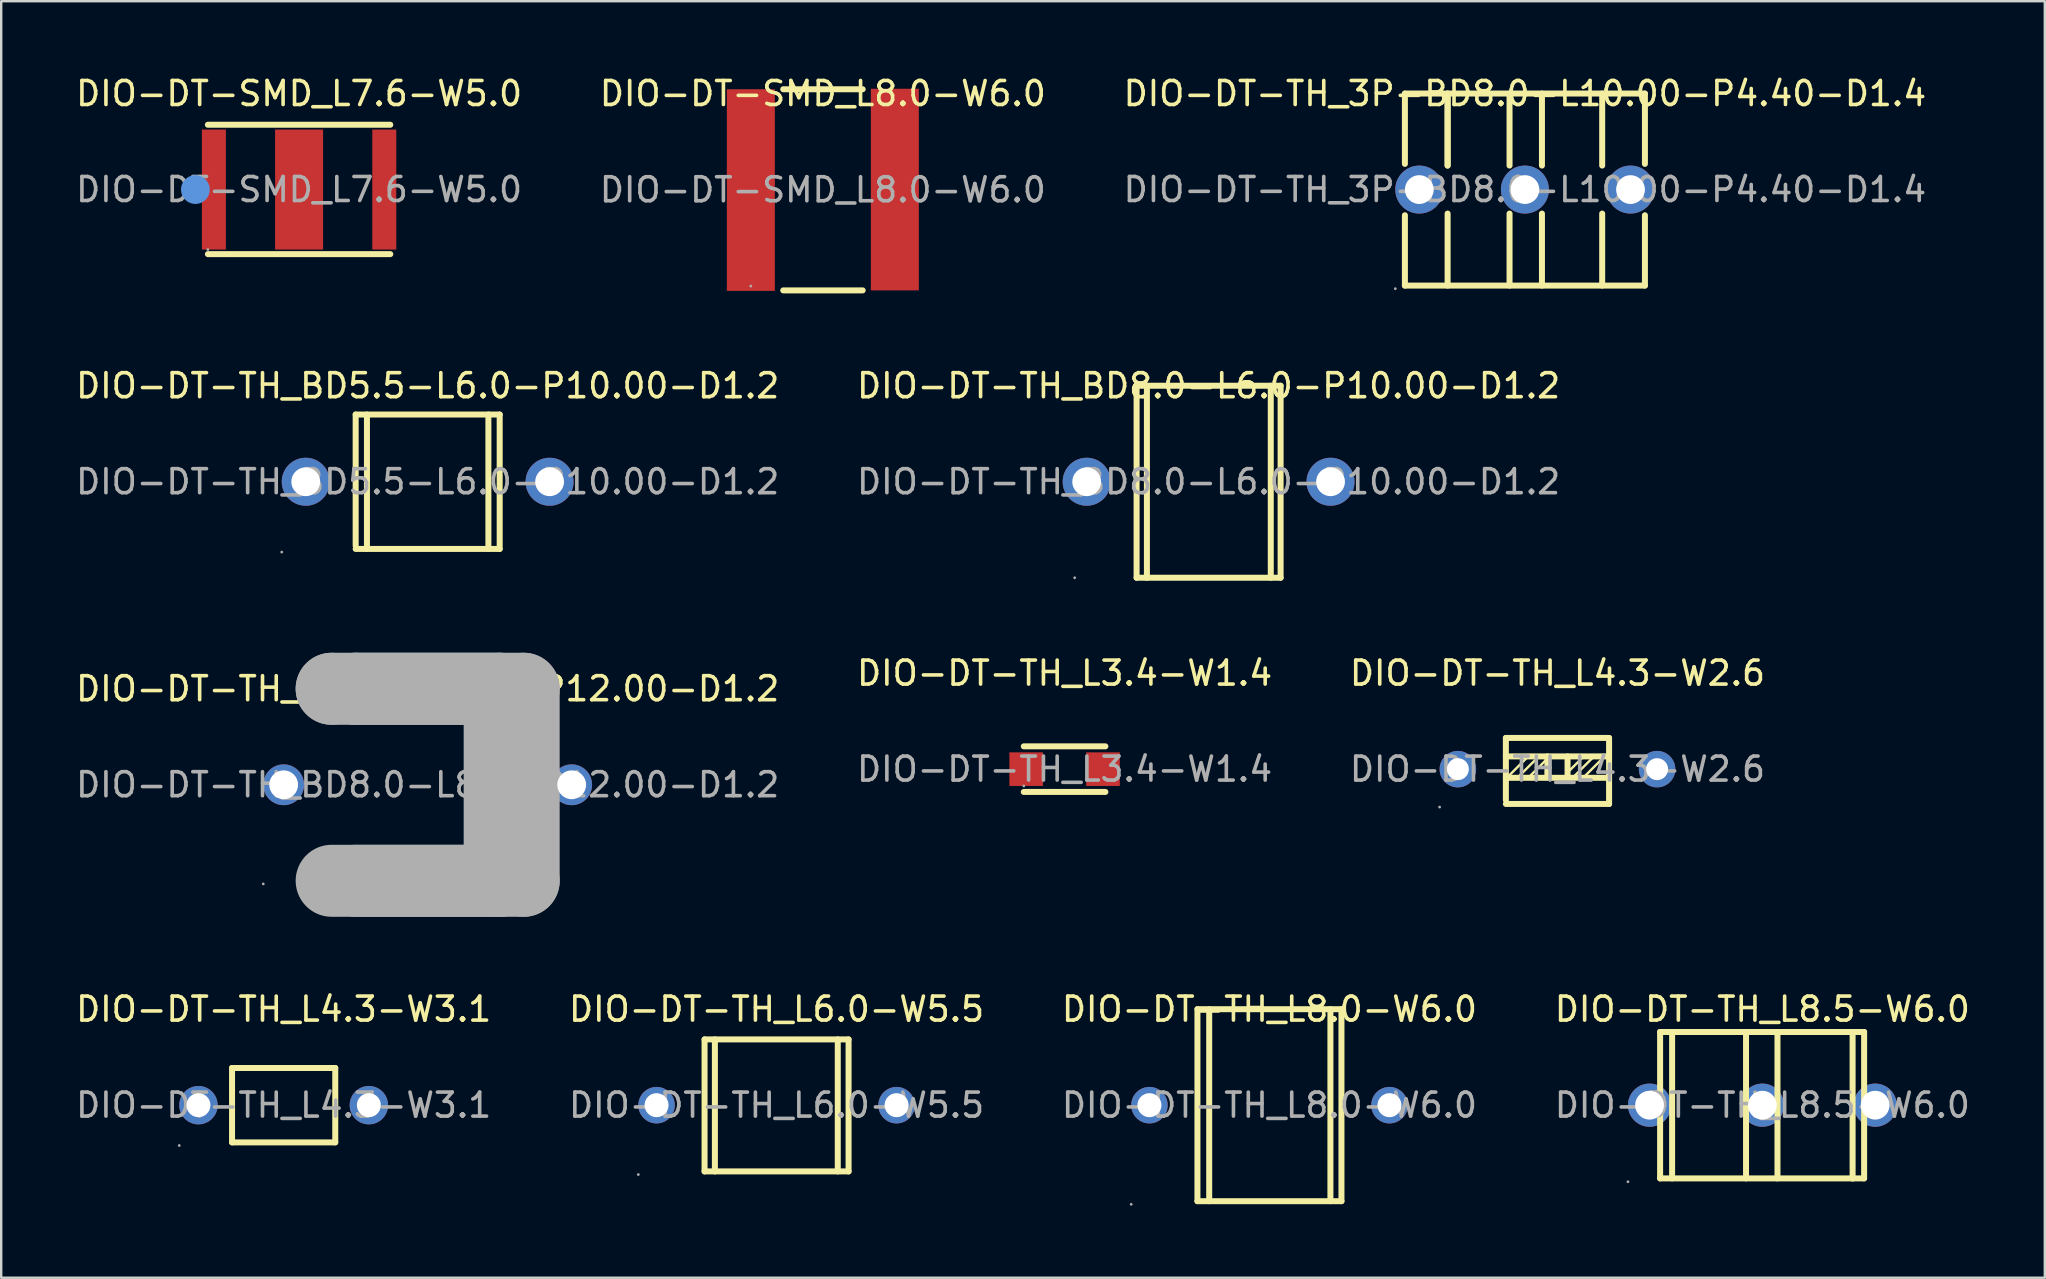
<source format=kicad_pcb>
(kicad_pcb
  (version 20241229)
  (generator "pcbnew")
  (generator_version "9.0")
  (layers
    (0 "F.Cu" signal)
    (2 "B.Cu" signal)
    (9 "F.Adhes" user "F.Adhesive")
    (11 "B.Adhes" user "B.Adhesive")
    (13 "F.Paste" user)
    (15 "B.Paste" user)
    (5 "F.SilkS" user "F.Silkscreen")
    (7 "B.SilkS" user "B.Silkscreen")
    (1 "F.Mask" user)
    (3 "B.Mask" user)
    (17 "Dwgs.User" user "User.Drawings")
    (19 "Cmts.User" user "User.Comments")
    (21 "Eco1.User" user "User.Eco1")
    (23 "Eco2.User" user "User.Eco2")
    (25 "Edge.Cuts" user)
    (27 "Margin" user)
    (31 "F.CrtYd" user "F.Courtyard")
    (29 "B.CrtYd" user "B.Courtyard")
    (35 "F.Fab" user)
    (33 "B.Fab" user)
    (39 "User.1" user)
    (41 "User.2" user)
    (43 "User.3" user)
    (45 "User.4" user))
  (footprint "DIO-DT-TH_BD8.0-L6.0-P10.00-D1.2"
    (layer "F.Cu")
    (at 47.304 17.021)
    (property "Reference" "DIO-DT-TH_BD8.0-L6.0-P10.00-D1.2" (at 0 -4 0) (layer "F.SilkS") (effects (font (size 1 1) (thickness 0.15))))
    (attr through_hole)
    (fp_line (start -3 -4) (end -3 4) (stroke (width 0.25) (type solid)) (layer "F.SilkS"))
    (fp_line (start -3 -4) (end 3 -4) (stroke (width 0.25) (type solid)) (layer "F.SilkS"))
    (fp_line (start -3 4) (end 3 4) (stroke (width 0.25) (type solid)) (layer "F.SilkS"))
    (fp_line (start -2.57 -4) (end -2.57 4) (stroke (width 0.25) (type solid)) (layer "F.SilkS"))
    (fp_line (start 2.59 -4) (end 2.59 4) (stroke (width 0.25) (type solid)) (layer "F.SilkS"))
    (fp_line (start 3 -4) (end 3 4) (stroke (width 0.25) (type solid)) (layer "F.SilkS"))
    (fp_circle (center -5.58 4) (end -5.55 4) (stroke (width 0.06) (type solid)) (fill no) (layer "F.Fab"))
    (fp_circle (center -5.08 0) (end -4.83 0) (stroke (width 0.5) (type solid)) (fill no) (layer "F.Fab"))
    (fp_circle (center 5.08 0) (end 5.33 0) (stroke (width 0.5) (type solid)) (fill no) (layer "F.Fab"))
    (fp_text user "${REFERENCE}" (at 0 0 0) (layer "F.Fab") (effects (font (size 1 1) (thickness 0.15))))
    (pad "1" thru_hole circle (at -5.08 0) (size 2 2) (drill 1.2) (layers "*.Cu" "*.Paste" "*.Mask"))
    (pad "2" thru_hole circle (at 5.08 0) (size 2 2) (drill 1.2) (layers "*.Cu" "*.Paste" "*.Mask")))
  (footprint "DIO-DT-TH_L8.5-W6.0"
    (layer "F.Cu")
    (at 70.375 42.995)
    (property "Reference" "DIO-DT-TH_L8.5-W6.0" (at 0 -4 0) (layer "F.SilkS") (effects (font (size 1 1) (thickness 0.15))))
    (attr through_hole)
    (fp_line (start -4.26 -3.05) (end 4.24 -3.05) (stroke (width 0.25) (type solid)) (layer "F.SilkS"))
    (fp_line (start -4.26 3.05) (end -4.26 -3.05) (stroke (width 0.25) (type solid)) (layer "F.SilkS"))
    (fp_line (start -3.76 3.05) (end -3.76 -3.05) (stroke (width 0.25) (type solid)) (layer "F.SilkS"))
    (fp_line (start -0.68 3.05) (end -0.68 -3.05) (stroke (width 0.25) (type solid)) (layer "F.SilkS"))
    (fp_line (start 0.63 3.05) (end 0.63 -3.05) (stroke (width 0.25) (type solid)) (layer "F.SilkS"))
    (fp_line (start 3.76 3.06) (end 3.76 -3.04) (stroke (width 0.25) (type solid)) (layer "F.SilkS"))
    (fp_line (start 4.24 -3.05) (end 4.24 3.05) (stroke (width 0.25) (type solid)) (layer "F.SilkS"))
    (fp_line (start 4.24 3.05) (end -4.26 3.05) (stroke (width 0.25) (type solid)) (layer "F.SilkS"))
    (fp_circle (center -5.6 3.19) (end -5.57 3.19) (stroke (width 0.06) (type solid)) (fill no) (layer "F.Fab"))
    (fp_circle (center -4.7 0) (end -4.45 0) (stroke (width 0.5) (type solid)) (fill no) (layer "F.Fab"))
    (fp_circle (center 0 0) (end 0.25 0) (stroke (width 0.5) (type solid)) (fill no) (layer "F.Fab"))
    (fp_circle (center 4.7 0) (end 4.95 0) (stroke (width 0.5) (type solid)) (fill no) (layer "F.Fab"))
    (fp_text user "${REFERENCE}" (at 0 0 0) (layer "F.Fab") (effects (font (size 1 1) (thickness 0.15))))
    (pad "1" thru_hole circle (at -4.7 0) (size 1.8 1.8) (drill 1.2) (layers "*.Cu" "*.Paste" "*.Mask"))
    (pad "2" thru_hole circle (at 0 0) (size 1.8 1.8) (drill 1.2) (layers "*.Cu" "*.Paste" "*.Mask"))
    (pad "3" thru_hole circle (at 4.7 0) (size 1.8 1.8) (drill 1.2) (layers "*.Cu" "*.Paste" "*.Mask")))
  (footprint "DIO-DT-TH_BD5.5-L6.0-P10.00-D1.2"
    (layer "F.Cu")
    (at 14.768 17.021)
    (property "Reference" "DIO-DT-TH_BD5.5-L6.0-P10.00-D1.2" (at 0 -4 0) (layer "F.SilkS") (effects (font (size 1 1) (thickness 0.15))))
    (attr through_hole)
    (fp_line (start -3 -2.8) (end -3 2.67) (stroke (width 0.25) (type solid)) (layer "F.SilkS"))
    (fp_line (start -3 -2.8) (end 3 -2.8) (stroke (width 0.25) (type solid)) (layer "F.SilkS"))
    (fp_line (start -3 2.8) (end 3 2.8) (stroke (width 0.25) (type solid)) (layer "F.SilkS"))
    (fp_line (start -2.53 -2.8) (end -2.53 2.8) (stroke (width 0.25) (type solid)) (layer "F.SilkS"))
    (fp_line (start 2.53 -2.8) (end 2.53 2.8) (stroke (width 0.25) (type solid)) (layer "F.SilkS"))
    (fp_line (start 3 -2.8) (end 3 2.8) (stroke (width 0.25) (type solid)) (layer "F.SilkS"))
    (fp_circle (center -6.08 2.93) (end -6.05 2.93) (stroke (width 0.06) (type solid)) (fill no) (layer "F.Fab"))
    (fp_circle (center -5.08 0) (end -4.83 0) (stroke (width 0.5) (type solid)) (fill no) (layer "F.Fab"))
    (fp_circle (center 5.08 0) (end 5.33 0) (stroke (width 0.5) (type solid)) (fill no) (layer "F.Fab"))
    (fp_text user "${REFERENCE}" (at 0 0 0) (layer "F.Fab") (effects (font (size 1 1) (thickness 0.15))))
    (pad "1" thru_hole circle (at -5.08 0) (size 2 2) (drill 1.2) (layers "*.Cu" "*.Paste" "*.Mask"))
    (pad "2" thru_hole circle (at 5.08 0) (size 2 2) (drill 1.2) (layers "*.Cu" "*.Paste" "*.Mask")))
  (footprint "DIO-DT-SMD_L7.6-W5.0"
    (layer "F.Cu")
    (at 9.411 4.848)
    (property "Reference" "DIO-DT-SMD_L7.6-W5.0" (at 0 -4 0) (layer "F.SilkS") (effects (font (size 1 1) (thickness 0.15))))
    (attr through_hole)
    (fp_line (start -3.8 -2.7) (end 3.8 -2.7) (stroke (width 0.25) (type solid)) (layer "F.SilkS"))
    (fp_line (start -3.8 2.69) (end 3.8 2.69) (stroke (width 0.25) (type solid)) (layer "F.SilkS"))
    (fp_circle (center -4.32 0) (end -4.02 0) (stroke (width 0.6) (type solid)) (fill no) (layer "Cmts.User"))
    (fp_circle (center -3.8 2.5) (end -3.77 2.5) (stroke (width 0.06) (type solid)) (fill no) (layer "F.Fab"))
    (fp_text user "${REFERENCE}" (at 0 0 0) (layer "F.Fab") (effects (font (size 1 1) (thickness 0.15))))
    (pad "1" smd rect (at -3.55 0) (size 1 5) (layers "F.Cu" "F.Mask" "F.Paste"))
    (pad "2" smd rect (at 3.55 0) (size 1 5) (layers "F.Cu" "F.Mask" "F.Paste"))
    (pad "3" smd rect (at 0 0) (size 2 5) (layers "F.Cu" "F.Mask" "F.Paste")))
  (footprint "DIO-DT-TH_L3.4-W1.4"
    (layer "F.Cu")
    (at 41.304 28.995)
    (property "Reference" "DIO-DT-TH_L3.4-W1.4" (at 0 -4 0) (layer "F.SilkS") (effects (font (size 1 1) (thickness 0.15))))
    (attr through_hole)
    (fp_line (start -1.7 -0.95) (end 1.7 -0.95) (stroke (width 0.25) (type solid)) (layer "F.SilkS"))
    (fp_line (start 1.7 0.95) (end -1.7 0.95) (stroke (width 0.25) (type solid)) (layer "F.SilkS"))
    (fp_circle (center -1.7 0.7) (end -1.67 0.7) (stroke (width 0.06) (type solid)) (fill no) (layer "F.Fab"))
    (fp_text user "${REFERENCE}" (at 0 0 0) (layer "F.Fab") (effects (font (size 1 1) (thickness 0.15))))
    (pad "1" smd rect (at -1.6 0) (size 1.4 1.4) (layers "F.Cu" "F.Mask" "F.Paste"))
    (pad "2" smd rect (at 1.6 0) (size 1.4 1.4) (layers "F.Cu" "F.Mask" "F.Paste")))
  (footprint "DIO-DT-SMD_L8.0-W6.0"
    (layer "F.Cu")
    (at 31.232 4.858)
    (property "Reference" "DIO-DT-SMD_L8.0-W6.0" (at 0 -4.01 0) (layer "F.SilkS") (effects (font (size 1 1) (thickness 0.15))))
    (attr through_hole)
    (fp_line (start -1.65 -4.19) (end 1.66 -4.19) (stroke (width 0.25) (type solid)) (layer "F.SilkS"))
    (fp_line (start 1.66 4.19) (end -1.65 4.19) (stroke (width 0.25) (type solid)) (layer "F.SilkS"))
    (fp_circle (center -3 4.01) (end -2.97 4.01) (stroke (width 0.06) (type solid)) (fill no) (layer "F.Fab"))
    (fp_text user "${REFERENCE}" (at 0 0 0) (layer "F.Fab") (effects (font (size 1 1) (thickness 0.15))))
    (pad "1" smd rect (at -3 0.01) (size 2 8.4) (layers "F.Cu" "F.Mask" "F.Paste"))
    (pad "2" smd rect (at 3 -0.01) (size 2 8.4) (layers "F.Cu" "F.Mask" "F.Paste")))
  (footprint "DIO-DT-TH_BD8.0-L8.0-P12.00-D1.2"
    (layer "F.Cu")
    (at 14.768 29.646)
    (property "Reference" "DIO-DT-TH_BD8.0-L8.0-P12.00-D1.2" (at 0 -4 0) (layer "F.SilkS") (effects (font (size 1 1) (thickness 0.15))))
    (attr through_hole)
    (fp_line (start -4 -4) (end -4 -4) (stroke (width 3) (type solid)) (layer "F.Fab"))
    (fp_line (start -4 -4) (end 4 -4) (stroke (width 3) (type solid)) (layer "F.Fab"))
    (fp_line (start -3 -4) (end -3 -4) (stroke (width 3) (type solid)) (layer "F.Fab"))
    (fp_line (start -3 -4) (end 3 -4) (stroke (width 3) (type solid)) (layer "F.Fab"))
    (fp_line (start 3 -4) (end 3 4) (stroke (width 3) (type solid)) (layer "F.Fab"))
    (fp_line (start 3 4) (end -3 4) (stroke (width 3) (type solid)) (layer "F.Fab"))
    (fp_line (start 4 -4) (end 4 4) (stroke (width 3) (type solid)) (layer "F.Fab"))
    (fp_line (start 4 4) (end -4 4) (stroke (width 3) (type solid)) (layer "F.Fab"))
    (fp_circle (center -6.85 4.13) (end -6.82 4.13) (stroke (width 0.06) (type solid)) (fill no) (layer "F.Fab"))
    (fp_circle (center -6 0) (end -5.75 0) (stroke (width 0.5) (type solid)) (fill no) (layer "F.Fab"))
    (fp_circle (center 6 0) (end 6.25 0) (stroke (width 0.5) (type solid)) (fill no) (layer "F.Fab"))
    (fp_text user "${REFERENCE}" (at 0 0 0) (layer "F.Fab") (effects (font (size 1 1) (thickness 0.15))))
    (pad "1" thru_hole circle (at -6 0) (size 1.7 1.7) (drill 1.2) (layers "*.Cu" "*.Paste" "*.Mask"))
    (pad "2" thru_hole circle (at 6 0) (size 1.7 1.7) (drill 1.2) (layers "*.Cu" "*.Paste" "*.Mask")))
  (footprint "DIO-DT-TH_L8.0-W6.0"
    (layer "F.Cu")
    (at 49.839 42.995)
    (property "Reference" "DIO-DT-TH_L8.0-W6.0" (at 0 -4 0) (layer "F.SilkS") (effects (font (size 1 1) (thickness 0.15))))
    (attr through_hole)
    (fp_line (start -3 -4) (end -3 4) (stroke (width 0.25) (type solid)) (layer "F.SilkS"))
    (fp_line (start -3 -4) (end 3 -4) (stroke (width 0.25) (type solid)) (layer "F.SilkS"))
    (fp_line (start -2.51 4) (end -2.51 -4) (stroke (width 0.25) (type solid)) (layer "F.SilkS"))
    (fp_line (start 2.54 4) (end 2.54 -4) (stroke (width 0.25) (type solid)) (layer "F.SilkS"))
    (fp_line (start 3 4) (end -3 4) (stroke (width 0.25) (type solid)) (layer "F.SilkS"))
    (fp_line (start 3 4) (end 3 -4) (stroke (width 0.25) (type solid)) (layer "F.SilkS"))
    (fp_circle (center -5.76 4.13) (end -5.73 4.13) (stroke (width 0.06) (type solid)) (fill no) (layer "F.Fab"))
    (fp_circle (center -5 0) (end -4.8 0) (stroke (width 0.4) (type solid)) (fill no) (layer "F.Fab"))
    (fp_circle (center 5 0) (end 5.2 0) (stroke (width 0.4) (type solid)) (fill no) (layer "F.Fab"))
    (fp_text user "${REFERENCE}" (at 0 0 0) (layer "F.Fab") (effects (font (size 1 1) (thickness 0.15))))
    (pad "1" thru_hole circle (at -5 0) (size 1.52 1.52) (drill 1) (layers "*.Cu" "*.Paste" "*.Mask"))
    (pad "2" thru_hole circle (at 5 0) (size 1.52 1.52) (drill 1) (layers "*.Cu" "*.Paste" "*.Mask")))
  (footprint "DIO-DT-TH_3P-BD8.0-L10.00-P4.40-D1.4"
    (layer "F.Cu")
    (at 60.482 4.848)
    (property "Reference" "DIO-DT-TH_3P-BD8.0-L10.00-P4.40-D1.4" (at 0 -4 0) (layer "F.SilkS") (effects (font (size 1 1) (thickness 0.15))))
    (attr through_hole)
    (fp_line (start -5 -4) (end -5 -1.07) (stroke (width 0.25) (type solid)) (layer "F.SilkS"))
    (fp_line (start -5 -4) (end 5 -4) (stroke (width 0.25) (type solid)) (layer "F.SilkS"))
    (fp_line (start -5 1.07) (end -5 4) (stroke (width 0.25) (type solid)) (layer "F.SilkS"))
    (fp_line (start -5 4) (end 5 4) (stroke (width 0.25) (type solid)) (layer "F.SilkS"))
    (fp_line (start -3.22 -1) (end -3.22 -4) (stroke (width 0.25) (type solid)) (layer "F.SilkS"))
    (fp_line (start -3.22 -1) (end -3.22 -4) (stroke (width 0.25) (type solid)) (layer "F.SilkS"))
    (fp_line (start -3.22 1) (end -3.22 4) (stroke (width 0.25) (type solid)) (layer "F.SilkS"))
    (fp_line (start -0.64 -1) (end -0.64 -4) (stroke (width 0.25) (type solid)) (layer "F.SilkS"))
    (fp_line (start -0.64 1) (end -0.64 4) (stroke (width 0.25) (type solid)) (layer "F.SilkS"))
    (fp_line (start 0.71 -1) (end 0.71 -4) (stroke (width 0.25) (type solid)) (layer "F.SilkS"))
    (fp_line (start 0.71 1) (end 0.71 4) (stroke (width 0.25) (type solid)) (layer "F.SilkS"))
    (fp_line (start 3.22 -1) (end 3.22 -4) (stroke (width 0.25) (type solid)) (layer "F.SilkS"))
    (fp_line (start 3.22 1) (end 3.22 4) (stroke (width 0.25) (type solid)) (layer "F.SilkS"))
    (fp_line (start 5 -4) (end 5 -1.07) (stroke (width 0.25) (type solid)) (layer "F.SilkS"))
    (fp_line (start 5 1.07) (end 5 4) (stroke (width 0.25) (type solid)) (layer "F.SilkS"))
    (fp_circle (center -5.4 4.13) (end -5.37 4.13) (stroke (width 0.06) (type solid)) (fill no) (layer "F.Fab"))
    (fp_circle (center -4.4 0) (end -4.15 0) (stroke (width 0.5) (type solid)) (fill no) (layer "F.Fab"))
    (fp_circle (center 0 0) (end 0.25 0) (stroke (width 0.5) (type solid)) (fill no) (layer "F.Fab"))
    (fp_circle (center 4.4 0) (end 4.65 0) (stroke (width 0.5) (type solid)) (fill no) (layer "F.Fab"))
    (fp_text user "${REFERENCE}" (at 0 0 0) (layer "F.Fab") (effects (font (size 1 1) (thickness 0.15))))
    (pad "1" thru_hole circle (at -4.4 0) (size 2 2) (drill 1.2) (layers "*.Cu" "*.Paste" "*.Mask"))
    (pad "2" thru_hole circle (at 4.4 0) (size 2 2) (drill 1.2) (layers "*.Cu" "*.Paste" "*.Mask"))
    (pad "3" thru_hole circle (at 0 0) (size 2 2) (drill 1.2) (layers "*.Cu" "*.Paste" "*.Mask")))
  (footprint "DIO-DT-TH_L6.0-W5.5"
    (layer "F.Cu")
    (at 29.304 42.995)
    (property "Reference" "DIO-DT-TH_L6.0-W5.5" (at 0 -4 0) (layer "F.SilkS") (effects (font (size 1 1) (thickness 0.15))))
    (attr through_hole)
    (fp_line (start -3 -2.74) (end 3 -2.74) (stroke (width 0.25) (type solid)) (layer "F.SilkS"))
    (fp_line (start -3 2.76) (end -3 -2.74) (stroke (width 0.25) (type solid)) (layer "F.SilkS"))
    (fp_line (start -2.57 2.76) (end -2.57 -2.74) (stroke (width 0.25) (type solid)) (layer "F.SilkS"))
    (fp_line (start 2.55 2.76) (end 2.55 -2.74) (stroke (width 0.25) (type solid)) (layer "F.SilkS"))
    (fp_line (start 3 -2.74) (end 3 2.76) (stroke (width 0.25) (type solid)) (layer "F.SilkS"))
    (fp_line (start 3 2.76) (end -3 2.76) (stroke (width 0.25) (type solid)) (layer "F.SilkS"))
    (fp_circle (center -5.76 2.89) (end -5.73 2.89) (stroke (width 0.06) (type solid)) (fill no) (layer "F.Fab"))
    (fp_circle (center -5 0) (end -4.8 0) (stroke (width 0.4) (type solid)) (fill no) (layer "F.Fab"))
    (fp_circle (center 5 0) (end 5.2 0) (stroke (width 0.4) (type solid)) (fill no) (layer "F.Fab"))
    (fp_text user "${REFERENCE}" (at 0 0 0) (layer "F.Fab") (effects (font (size 1 1) (thickness 0.15))))
    (pad "1" thru_hole circle (at -5 0) (size 1.52 1.52) (drill 1) (layers "*.Cu" "*.Paste" "*.Mask"))
    (pad "2" thru_hole circle (at 5 0) (size 1.52 1.52) (drill 1) (layers "*.Cu" "*.Paste" "*.Mask")))
  (footprint "DIO-DT-TH_L4.3-W2.6"
    (layer "F.Cu")
    (at 61.839 28.995)
    (property "Reference" "DIO-DT-TH_L4.3-W2.6" (at 0 -4 0) (layer "F.SilkS") (effects (font (size 1 1) (thickness 0.15))))
    (attr through_hole)
    (fp_line (start -2.15 -1.3) (end -2.15 1.29) (stroke (width 0.25) (type solid)) (layer "F.SilkS"))
    (fp_line (start -2.15 -1.3) (end 2.15 -1.3) (stroke (width 0.25) (type solid)) (layer "F.SilkS"))
    (fp_line (start -2.15 -0.53) (end 2.15 -0.53) (stroke (width 0.25) (type solid)) (layer "F.SilkS"))
    (fp_line (start -2.15 0.36) (end 2.15 0.36) (stroke (width 0.25) (type solid)) (layer "F.SilkS"))
    (fp_line (start -1.27 -0.48) (end -2.08 0.33) (stroke (width 0.1) (type solid)) (layer "F.SilkS"))
    (fp_line (start -1.13 -0.48) (end -1.27 -0.48) (stroke (width 0.1) (type solid)) (layer "F.SilkS"))
    (fp_line (start -0.83 -0.48) (end -1.66 0.35) (stroke (width 0.1) (type solid)) (layer "F.SilkS"))
    (fp_line (start -0.77 -0.48) (end -0.83 -0.48) (stroke (width 0.1) (type solid)) (layer "F.SilkS"))
    (fp_line (start -0.43 -0.46) (end -0.43 -0.43) (stroke (width 0.1) (type solid)) (layer "F.SilkS"))
    (fp_line (start -0.43 -0.43) (end -1.21 0.35) (stroke (width 0.1) (type solid)) (layer "F.SilkS"))
    (fp_line (start -0.42 -0.53) (end -0.42 0.34) (stroke (width 0.25) (type solid)) (layer "F.SilkS"))
    (fp_line (start 0.42 -0.53) (end 0.42 0.34) (stroke (width 0.25) (type solid)) (layer "F.SilkS"))
    (fp_line (start 1.11 -0.55) (end 0.48 0.08) (stroke (width 0.1) (type solid)) (layer "F.SilkS"))
    (fp_line (start 1.47 -0.48) (end 0.66 0.33) (stroke (width 0.1) (type solid)) (layer "F.SilkS"))
    (fp_line (start 1.61 -0.48) (end 1.47 -0.48) (stroke (width 0.1) (type solid)) (layer "F.SilkS"))
    (fp_line (start 1.91 -0.48) (end 1.08 0.35) (stroke (width 0.1) (type solid)) (layer "F.SilkS"))
    (fp_line (start 1.97 -0.48) (end 1.91 -0.48) (stroke (width 0.1) (type solid)) (layer "F.SilkS"))
    (fp_line (start 2.15 1.45) (end -2.15 1.45) (stroke (width 0.25) (type solid)) (layer "F.SilkS"))
    (fp_line (start 2.15 1.45) (end 2.15 -1.3) (stroke (width 0.25) (type solid)) (layer "F.SilkS"))
    (fp_circle (center -4.91 1.58) (end -4.88 1.58) (stroke (width 0.06) (type solid)) (fill no) (layer "F.Fab"))
    (fp_circle (center -4.15 0) (end -3.97 0) (stroke (width 0.36) (type solid)) (fill no) (layer "F.Fab"))
    (fp_circle (center 4.15 0) (end 4.33 0) (stroke (width 0.36) (type solid)) (fill no) (layer "F.Fab"))
    (fp_text user "${REFERENCE}" (at 0 0 0) (layer "F.Fab") (effects (font (size 1 1) (thickness 0.15))))
    (pad "1" thru_hole circle (at -4.15 0) (size 1.52 1.52) (drill 0.914) (layers "*.Cu" "*.Paste" "*.Mask"))
    (pad "2" thru_hole circle (at 4.15 0) (size 1.52 1.52) (drill 0.914) (layers "*.Cu" "*.Paste" "*.Mask")))
  (footprint "DIO-DT-TH_L4.3-W3.1"
    (layer "F.Cu")
    (at 8.768 42.995)
    (property "Reference" "DIO-DT-TH_L4.3-W3.1" (at 0 -4 0) (layer "F.SilkS") (effects (font (size 1 1) (thickness 0.15))))
    (attr through_hole)
    (fp_line (start -2.15 -1.55) (end 2.15 -1.55) (stroke (width 0.25) (type solid)) (layer "F.SilkS"))
    (fp_line (start -2.15 1.55) (end -2.15 -1.55) (stroke (width 0.25) (type solid)) (layer "F.SilkS"))
    (fp_line (start 2.15 -1.55) (end 2.15 1.55) (stroke (width 0.25) (type solid)) (layer "F.SilkS"))
    (fp_line (start 2.15 1.55) (end -2.15 1.55) (stroke (width 0.25) (type solid)) (layer "F.SilkS"))
    (fp_circle (center -4.35 1.68) (end -4.32 1.68) (stroke (width 0.06) (type solid)) (fill no) (layer "F.Fab"))
    (fp_circle (center -3.55 0) (end -3.35 0) (stroke (width 0.4) (type solid)) (fill no) (layer "F.Fab"))
    (fp_circle (center 3.55 0) (end 3.75 0) (stroke (width 0.4) (type solid)) (fill no) (layer "F.Fab"))
    (fp_text user "${REFERENCE}" (at 0 0 0) (layer "F.Fab") (effects (font (size 1 1) (thickness 0.15))))
    (pad "1" thru_hole circle (at -3.55 0) (size 1.6 1.6) (drill 1) (layers "*.Cu" "*.Paste" "*.Mask"))
    (pad "2" thru_hole circle (at 3.55 0) (size 1.6 1.6) (drill 1) (layers "*.Cu" "*.Paste" "*.Mask")))
  (gr_rect
    (start -3 -3)
    (end 82.143 50.185)
    (stroke (width 0.1) (type default))
    (fill no)
    (layer "Edge.Cuts")))
</source>
